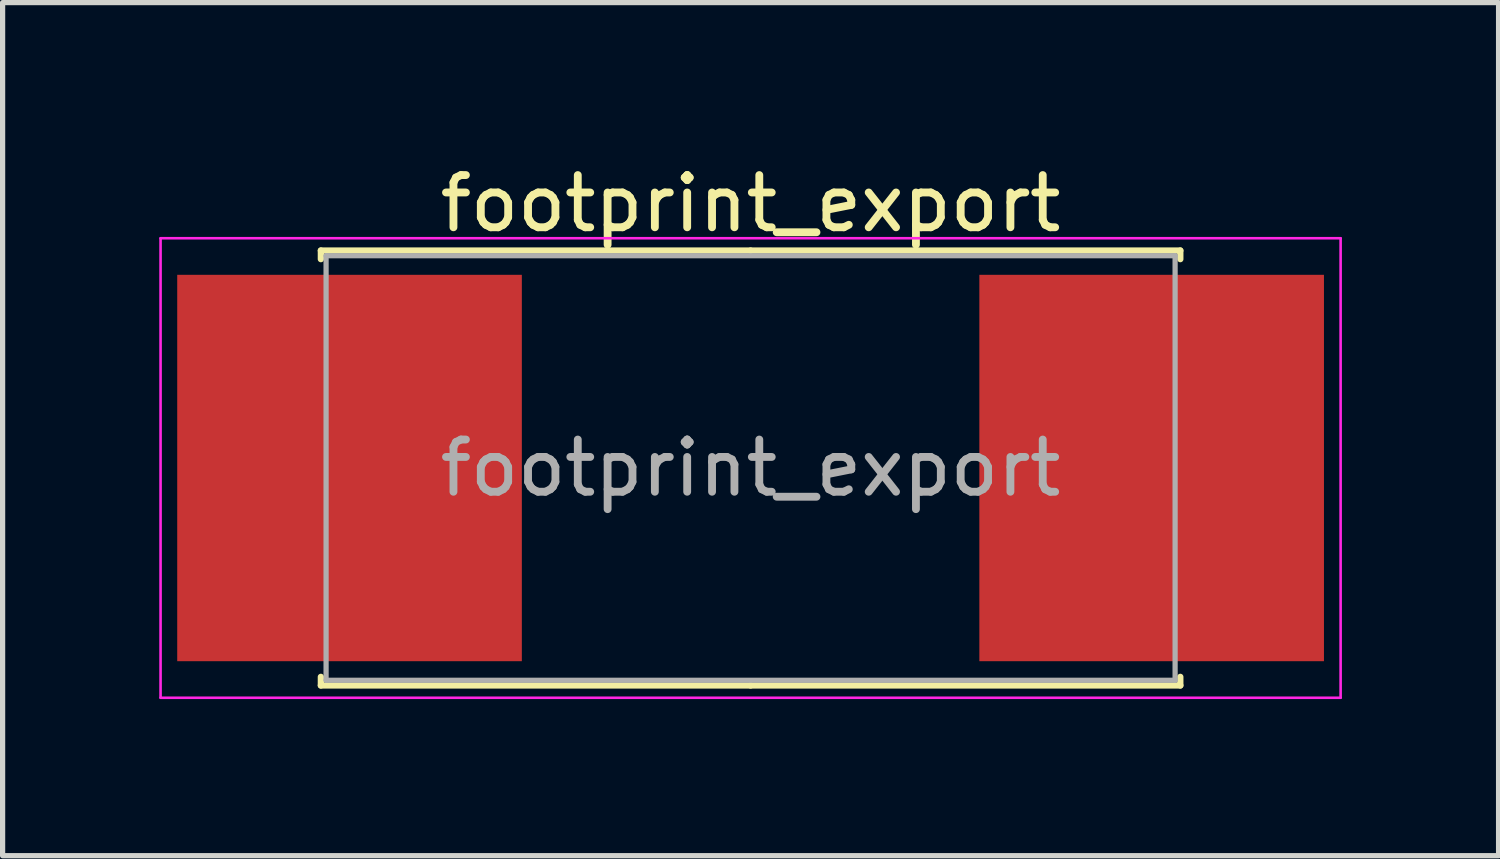
<source format=kicad_pcb>
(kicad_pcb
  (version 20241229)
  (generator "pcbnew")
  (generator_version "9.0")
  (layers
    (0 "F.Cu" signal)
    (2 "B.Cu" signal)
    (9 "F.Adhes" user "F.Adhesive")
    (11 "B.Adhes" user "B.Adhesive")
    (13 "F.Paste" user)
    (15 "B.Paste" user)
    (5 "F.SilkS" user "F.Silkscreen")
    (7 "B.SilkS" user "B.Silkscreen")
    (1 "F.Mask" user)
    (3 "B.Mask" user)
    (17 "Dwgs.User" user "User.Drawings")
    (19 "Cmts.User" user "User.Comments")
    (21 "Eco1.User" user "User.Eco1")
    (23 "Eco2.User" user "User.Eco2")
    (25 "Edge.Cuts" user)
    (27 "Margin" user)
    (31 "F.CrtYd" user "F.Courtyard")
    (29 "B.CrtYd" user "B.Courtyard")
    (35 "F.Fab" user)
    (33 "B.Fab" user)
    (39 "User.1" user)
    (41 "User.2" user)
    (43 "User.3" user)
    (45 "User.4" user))
  (footprint "footprint_export"
    (layer "F.Cu")
    (at 11.325 5.913)
    (property "Reference" "footprint_export" (at 0 -5.065 0) (layer "F.SilkS") (effects (font (size 1 1) (thickness 0.15))))
    (attr smd)
    (fp_line (start -8.23 -4.165) (end 0 -4.165) (stroke (width 0.12) (type solid)) (layer "F.SilkS"))
    (fp_line (start -8.23 -4) (end -8.23 -4.165) (stroke (width 0.12) (type solid)) (layer "F.SilkS"))
    (fp_line (start -8.23 4) (end -8.23 4.165) (stroke (width 0.12) (type solid)) (layer "F.SilkS"))
    (fp_line (start -8.23 4.165) (end 0 4.165) (stroke (width 0.12) (type solid)) (layer "F.SilkS"))
    (fp_line (start 8.23 -4.165) (end 0 -4.165) (stroke (width 0.12) (type solid)) (layer "F.SilkS"))
    (fp_line (start 8.23 -4) (end 8.23 -4.165) (stroke (width 0.12) (type solid)) (layer "F.SilkS"))
    (fp_line (start 8.23 4) (end 8.23 4.165) (stroke (width 0.12) (type solid)) (layer "F.SilkS"))
    (fp_line (start 8.23 4.165) (end 0 4.165) (stroke (width 0.12) (type solid)) (layer "F.SilkS"))
    (fp_line (start -11.3 -4.4) (end -11.3 4.4) (stroke (width 0.05) (type solid)) (layer "F.CrtYd"))
    (fp_line (start -11.3 4.4) (end 11.3 4.4) (stroke (width 0.05) (type solid)) (layer "F.CrtYd"))
    (fp_line (start 11.3 -4.4) (end -11.3 -4.4) (stroke (width 0.05) (type solid)) (layer "F.CrtYd"))
    (fp_line (start 11.3 4.4) (end 11.3 -4.4) (stroke (width 0.05) (type solid)) (layer "F.CrtYd"))
    (fp_line (start -8.13 -4.065) (end -8.13 4.065) (stroke (width 0.1) (type solid)) (layer "F.Fab"))
    (fp_line (start -8.13 4.065) (end 8.13 4.065) (stroke (width 0.1) (type solid)) (layer "F.Fab"))
    (fp_line (start 8.13 -4.065) (end -8.13 -4.065) (stroke (width 0.1) (type solid)) (layer "F.Fab"))
    (fp_line (start 8.13 4.065) (end 8.13 -4.065) (stroke (width 0.1) (type solid)) (layer "F.Fab"))
    (fp_text user "${REFERENCE}" (at 0 0 0) (layer "F.Fab") (effects (font (size 1 1) (thickness 0.15))))
    (pad "1" smd rect (at -7.681 0) (size 6.6 7.4) (layers "F.Cu" "F.Mask" "F.Paste"))
    (pad "2" smd rect (at 7.681 0) (size 6.6 7.4) (layers "F.Cu" "F.Mask" "F.Paste")))
  (gr_rect
    (start -3 -3)
    (end 25.65 13.338)
    (stroke (width 0.1) (type default))
    (fill no)
    (layer "Edge.Cuts")))
</source>
